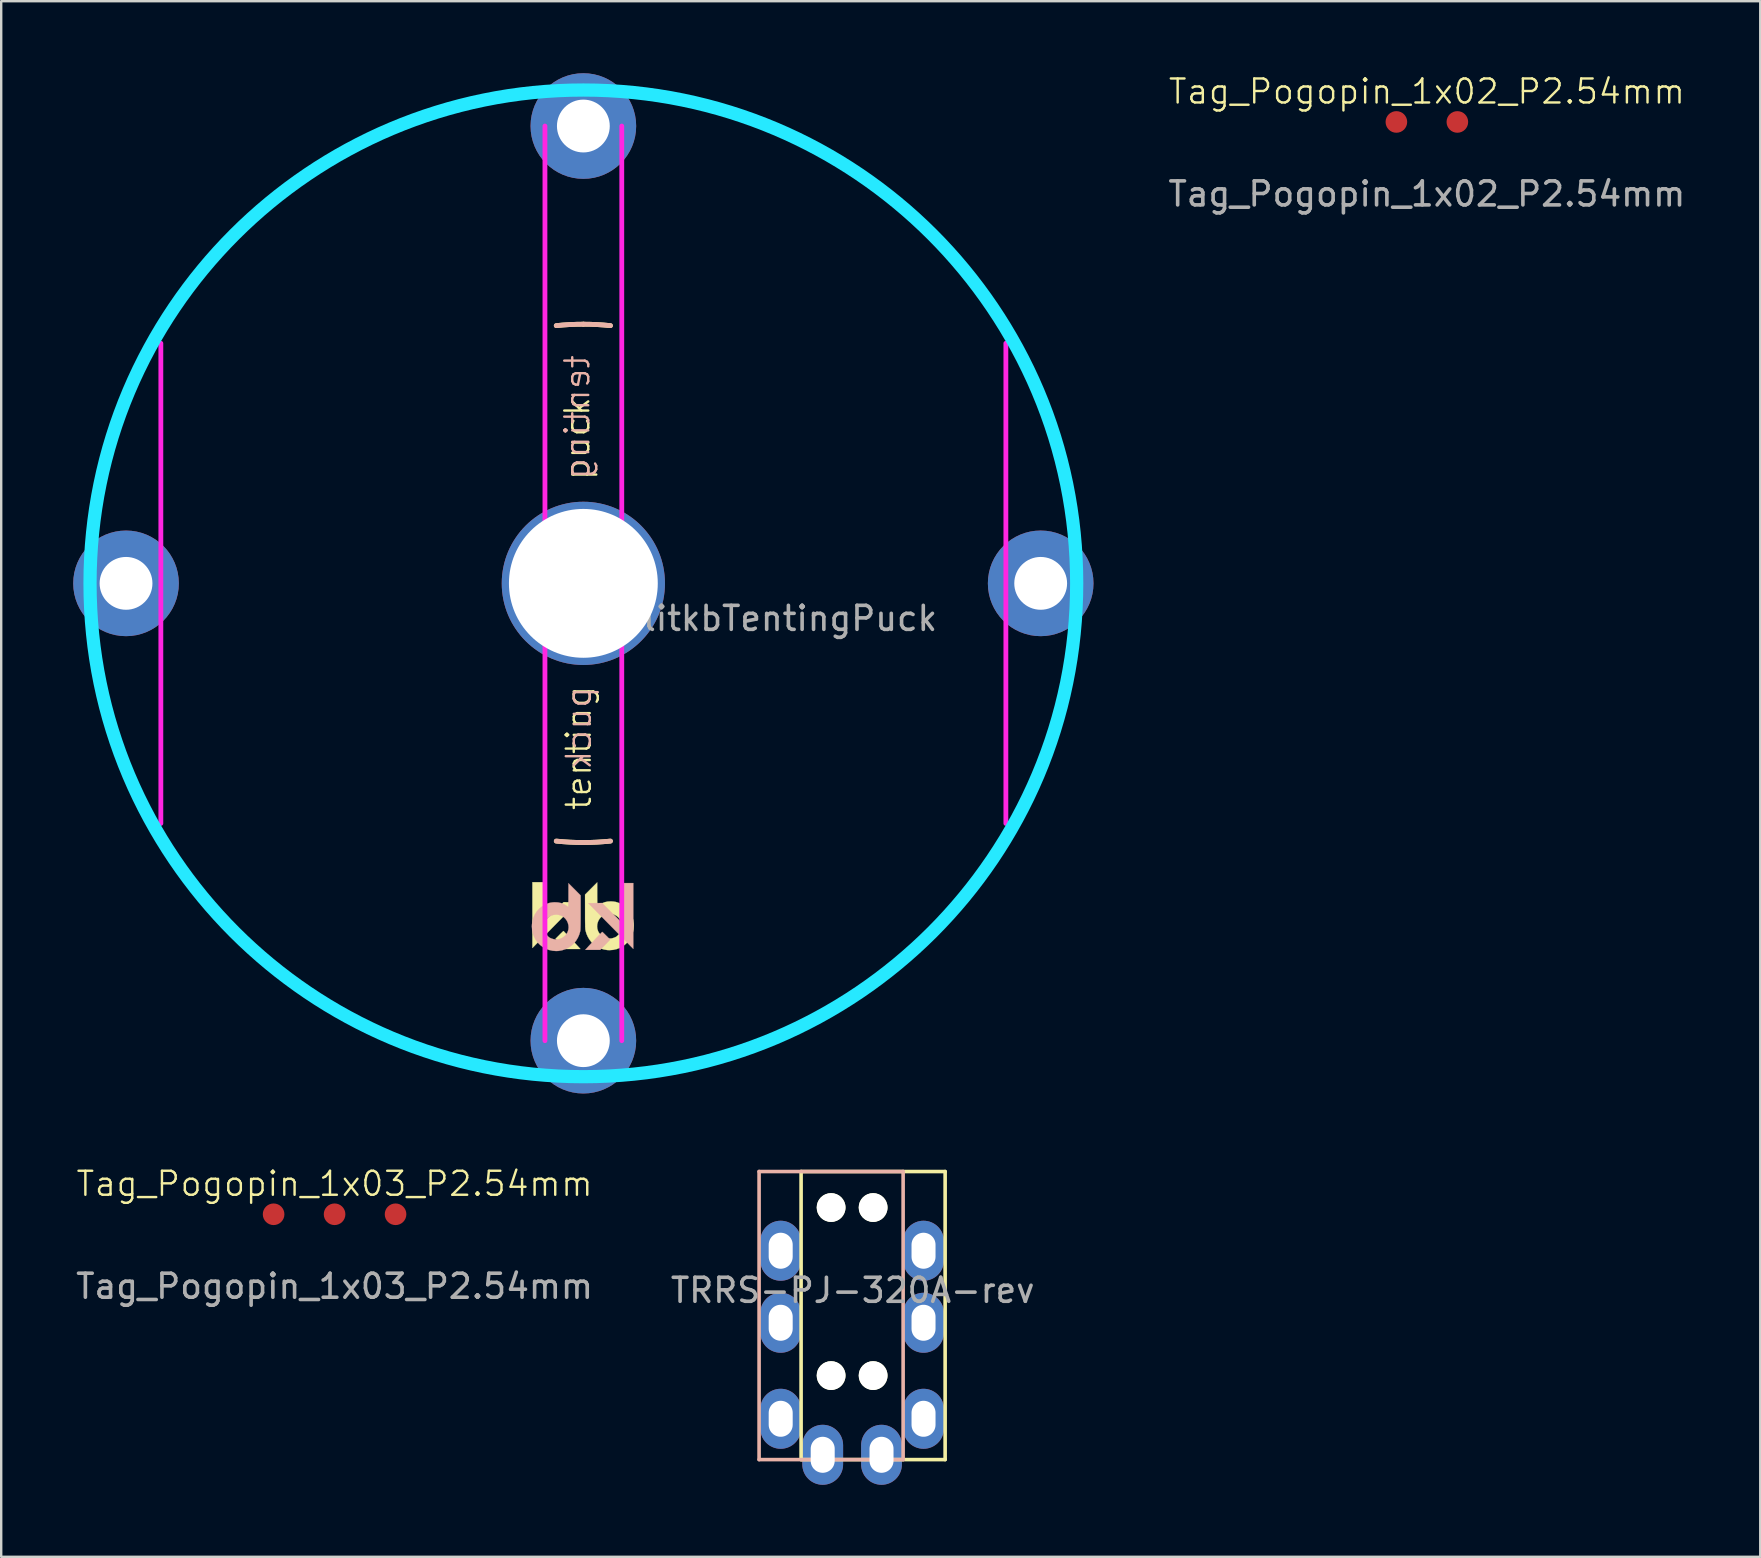
<source format=kicad_pcb>
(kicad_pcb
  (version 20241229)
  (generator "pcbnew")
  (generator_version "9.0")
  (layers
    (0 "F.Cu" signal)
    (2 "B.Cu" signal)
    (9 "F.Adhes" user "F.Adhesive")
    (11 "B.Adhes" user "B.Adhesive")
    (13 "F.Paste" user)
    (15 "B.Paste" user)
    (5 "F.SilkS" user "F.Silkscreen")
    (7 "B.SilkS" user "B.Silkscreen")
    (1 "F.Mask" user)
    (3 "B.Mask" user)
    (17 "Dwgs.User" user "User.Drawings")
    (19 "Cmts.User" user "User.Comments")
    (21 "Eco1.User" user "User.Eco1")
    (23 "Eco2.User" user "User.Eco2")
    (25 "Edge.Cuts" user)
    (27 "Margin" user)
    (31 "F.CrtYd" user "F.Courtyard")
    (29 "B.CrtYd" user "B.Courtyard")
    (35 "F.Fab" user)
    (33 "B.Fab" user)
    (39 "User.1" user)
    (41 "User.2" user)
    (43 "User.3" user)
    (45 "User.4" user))
  (footprint "Tag_Pogopin_1x03_P2.54mm"
    (layer "F.Cu")
    (at 10.887 47.531)
    (property "Reference" "Tag_Pogopin_1x03_P2.54mm" (at 0 -1.27 0) (unlocked yes) (layer "F.SilkS") (effects (font (size 1 1) (thickness 0.1))))
    (attr smd)
    (fp_text user "${REFERENCE}" (at 0 3 0) (unlocked yes) (layer "F.Fab") (effects (font (size 1 1) (thickness 0.15))))
    (pad "1" smd circle (at -2.54 0) (size 0.9 0.9) (layers "F.Cu" "F.Mask" "F.Paste"))
    (pad "2" smd circle (at 0 0) (size 0.9 0.9) (layers "F.Cu" "F.Mask" "F.Paste"))
    (pad "3" smd circle (at 2.54 0) (size 0.9 0.9) (layers "F.Cu" "F.Mask" "F.Paste")))
  (footprint "Tag_Pogopin_1x02_P2.54mm"
    (layer "F.Cu")
    (at 56.387 2.03)
    (property "Reference" "Tag_Pogopin_1x02_P2.54mm" (at 0 -1.27 0) (unlocked yes) (layer "F.SilkS") (effects (font (size 1 1) (thickness 0.1))))
    (attr smd)
    (fp_text user "${REFERENCE}" (at 0 3 0) (unlocked yes) (layer "F.Fab") (effects (font (size 1 1) (thickness 0.15))))
    (pad "1" smd circle (at -1.27 0) (size 0.9 0.9) (layers "F.Cu" "F.Mask" "F.Paste"))
    (pad "2" smd circle (at 1.27 0) (size 0.9 0.9) (layers "F.Cu" "F.Mask" "F.Paste")))
  (footprint "TRRS-PJ-320A-rev"
    (layer "F.Cu")
    (at 33.32 45.75)
    (property "Reference" "TRRS-PJ-320A-rev" (at -0.85 4.95 0) (layer "F.Fab") (effects (font (size 1 1) (thickness 0.15))))
    (attr through_hole)
    (fp_line (start -3 0) (end 3 0) (stroke (width 0.15) (type solid)) (layer "F.SilkS"))
    (fp_line (start -3 12) (end -3 0) (stroke (width 0.15) (type solid)) (layer "F.SilkS"))
    (fp_line (start 3 0) (end 3 12) (stroke (width 0.15) (type solid)) (layer "F.SilkS"))
    (fp_line (start 3 12) (end -3 12) (stroke (width 0.15) (type solid)) (layer "F.SilkS"))
    (fp_line (start -4.75 0) (end 1.25 0) (stroke (width 0.15) (type solid)) (layer "B.SilkS"))
    (fp_line (start -4.75 12) (end -4.75 0) (stroke (width 0.15) (type solid)) (layer "B.SilkS"))
    (fp_line (start 1.25 0) (end 1.25 12) (stroke (width 0.15) (type solid)) (layer "B.SilkS"))
    (fp_line (start 1.25 12) (end -4.75 12) (stroke (width 0.15) (type solid)) (layer "B.SilkS"))
    (pad "" np_thru_hole circle (at -1.75 1.5) (size 1.2 1.2) (drill 1.2) (layers "*.Cu" "*.Mask" "F.SilkS"))
    (pad "" np_thru_hole circle (at -1.75 8.5) (size 1.2 1.2) (drill 1.2) (layers "*.Cu" "*.Mask" "F.SilkS"))
    (pad "" np_thru_hole circle (at 0 1.5) (size 1.2 1.2) (drill 1.2) (layers "*.Cu" "*.Mask" "F.SilkS"))
    (pad "" np_thru_hole circle (at 0 8.5) (size 1.2 1.2) (drill 1.2) (layers "*.Cu" "*.Mask" "F.SilkS"))
    (pad "A" thru_hole oval (at -2.1 11.8) (size 1.7 2.5) (drill oval 1 1.5) (layers "*.Cu" "*.Mask"))
    (pad "A" thru_hole oval (at 0.35 11.8) (size 1.7 2.5) (drill oval 1 1.5) (layers "*.Cu" "*.Mask"))
    (pad "B" thru_hole oval (at -3.85 3.3) (size 1.7 2.5) (drill oval 1 1.5) (layers "*.Cu" "*.Mask"))
    (pad "B" thru_hole oval (at 2.1 3.3) (size 1.7 2.5) (drill oval 1 1.5) (layers "*.Cu" "*.Mask"))
    (pad "C" thru_hole oval (at -3.85 6.3) (size 1.7 2.5) (drill oval 1 1.5) (layers "*.Cu" "*.Mask"))
    (pad "C" thru_hole oval (at 2.1 6.3) (size 1.7 2.5) (drill oval 1 1.5) (layers "*.Cu" "*.Mask"))
    (pad "D" thru_hole oval (at -3.85 10.3) (size 1.7 2.5) (drill oval 1 1.5) (layers "*.Cu" "*.Mask"))
    (pad "D" thru_hole oval (at 2.1 10.3) (size 1.7 2.5) (drill oval 1 1.5) (layers "*.Cu" "*.Mask")))
  (footprint "SplitkbTentingPuck"
    (layer "F.Cu")
    (at 21.25 21.25)
    (property "Reference" "SplitkbTentingPuck" (at 7.684 1.46 0) (layer "F.Fab") (effects (font (size 1 1) (thickness 0.15))))
    (attr exclude_from_pos_files exclude_from_bom)
    (fp_arc (start -20.32 -2.8575) (mid -19.91151 -4.959786) (end -19.286134 -7.008048) (stroke (width 0.2) (type solid)) (layer "F.SilkS"))
    (fp_arc (start -19.286134 7.008047) (mid -19.91151 4.959786) (end -20.32 2.8575) (stroke (width 0.2) (type solid)) (layer "F.SilkS"))
    (fp_arc (start -7.008048 -19.286134) (mid -4.959786 -19.91151) (end -2.8575 -20.32) (stroke (width 0.2) (type solid)) (layer "F.SilkS"))
    (fp_arc (start -2.8575 20.32) (mid -4.959785 19.91151) (end -7.008046 19.286135) (stroke (width 0.2) (type solid)) (layer "F.SilkS"))
    (fp_arc (start -1.128385 -10.735864) (mid -0.564967 -10.780206) (end 0 -10.795) (stroke (width 0.2) (type solid)) (layer "F.SilkS"))
    (fp_arc (start 0 -10.795) (mid 0.564967 -10.780206) (end 1.128385 -10.735864) (stroke (width 0.2) (type solid)) (layer "F.SilkS"))
    (fp_arc (start 0 10.795) (mid -0.564967 10.780206) (end -1.128385 10.735864) (stroke (width 0.2) (type solid)) (layer "F.SilkS"))
    (fp_arc (start 1.128385 10.735864) (mid 0.564967 10.780206) (end 0 10.795) (stroke (width 0.2) (type solid)) (layer "F.SilkS"))
    (fp_arc (start 2.8575 -20.32) (mid 4.959786 -19.91151) (end 7.008047 -19.286134) (stroke (width 0.2) (type solid)) (layer "F.SilkS"))
    (fp_arc (start 7.008047 19.286134) (mid 4.959786 19.91151) (end 2.8575 20.32) (stroke (width 0.2) (type solid)) (layer "F.SilkS"))
    (fp_arc (start 19.286135 -7.008045) (mid 19.91151 -4.959785) (end 20.32 -2.8575) (stroke (width 0.2) (type solid)) (layer "F.SilkS"))
    (fp_arc (start 20.32 2.8575) (mid 19.91151 4.959785) (end 19.286135 7.008046) (stroke (width 0.2) (type solid)) (layer "F.SilkS"))
    (fp_poly (pts (xy -1.627 14.082) (xy -0.824 13.279) (xy -0.535 13.282) (xy -0.247 13.285) (xy -1.094 14.145) (xy -1.212 14.265) (xy -1.327 14.382) (xy -1.437 14.494) (xy -1.542 14.6) (xy -1.64 14.7) (xy -1.731 14.791) (xy -1.811 14.874) (xy -1.882 14.945) (xy -1.941 15.005) (xy -1.987 15.052) (xy -2.019 15.084) (xy -2.032 15.098) (xy -2.123 15.19) (xy -2.123 12.448) (xy -1.627 12.448) (xy -1.627 14.082)) (stroke (width 0.01) (type solid)) (fill yes) (layer "F.SilkS"))
    (fp_poly (pts (xy -0.82 14.488) (xy -0.797 14.511) (xy -0.763 14.547) (xy -0.719 14.593) (xy -0.666 14.647) (xy -0.609 14.708) (xy -0.547 14.773) (xy -0.483 14.841) (xy -0.42 14.908) (xy -0.359 14.973) (xy -0.302 15.034) (xy -0.251 15.089) (xy -0.208 15.135) (xy -0.175 15.171) (xy -0.154 15.194) (xy -0.152 15.197) (xy -0.124 15.231) (xy -0.744 15.231) (xy -0.917 15.055) (xy -0.971 15) (xy -1.021 14.948) (xy -1.065 14.903) (xy -1.099 14.868) (xy -1.121 14.844) (xy -1.124 14.841) (xy -1.158 14.803) (xy -0.997 14.642) (xy -0.948 14.592) (xy -0.903 14.549) (xy -0.867 14.514) (xy -0.842 14.491) (xy -0.829 14.48) (xy -0.829 14.48) (xy -0.82 14.488)) (stroke (width 0.01) (type solid)) (fill yes) (layer "F.SilkS"))
    (fp_poly (pts (xy 0.578 12.948) (xy 0.578 13.052) (xy 0.579 13.149) (xy 0.58 13.236) (xy 0.581 13.31) (xy 0.582 13.37) (xy 0.583 13.413) (xy 0.585 13.437) (xy 0.586 13.441) (xy 0.598 13.435) (xy 0.623 13.419) (xy 0.647 13.401) (xy 0.762 13.331) (xy 0.884 13.282) (xy 1.014 13.254) (xy 1.153 13.247) (xy 1.171 13.248) (xy 1.261 13.255) (xy 1.337 13.267) (xy 1.409 13.286) (xy 1.484 13.315) (xy 1.554 13.348) (xy 1.682 13.423) (xy 1.795 13.515) (xy 1.892 13.622) (xy 1.972 13.743) (xy 2.033 13.874) (xy 2.076 14.016) (xy 2.099 14.167) (xy 2.102 14.256) (xy 2.092 14.409) (xy 2.061 14.553) (xy 2.008 14.693) (xy 1.95 14.8) (xy 1.865 14.92) (xy 1.763 15.025) (xy 1.648 15.113) (xy 1.521 15.184) (xy 1.385 15.236) (xy 1.241 15.268) (xy 1.093 15.279) (xy 0.993 15.275) (xy 0.848 15.25) (xy 0.707 15.204) (xy 0.574 15.138) (xy 0.452 15.054) (xy 0.343 14.954) (xy 0.335 14.944) (xy 0.254 14.84) (xy 0.184 14.722) (xy 0.129 14.596) (xy 0.092 14.469) (xy 0.083 14.423) (xy 0.08 14.394) (xy 0.078 14.344) (xy 0.076 14.294) (xy 0.573 14.294) (xy 0.583 14.391) (xy 0.614 14.485) (xy 0.642 14.539) (xy 0.709 14.628) (xy 0.789 14.699) (xy 0.878 14.751) (xy 0.975 14.784) (xy 1.076 14.797) (xy 1.18 14.789) (xy 1.253 14.769) (xy 1.296 14.753) (xy 1.337 14.736) (xy 1.353 14.728) (xy 1.398 14.697) (xy 1.448 14.651) (xy 1.496 14.595) (xy 1.537 14.537) (xy 1.559 14.498) (xy 1.579 14.454) (xy 1.591 14.415) (xy 1.599 14.373) (xy 1.603 14.318) (xy 1.603 14.313) (xy 1.6 14.205) (xy 1.577 14.107) (xy 1.534 14.014) (xy 1.516 13.985) (xy 1.451 13.908) (xy 1.372 13.845) (xy 1.283 13.8) (xy 1.186 13.772) (xy 1.085 13.763) (xy 0.984 13.773) (xy 0.885 13.803) (xy 0.871 13.81) (xy 0.783 13.863) (xy 0.709 13.931) (xy 0.65 14.011) (xy 0.607 14.101) (xy 0.581 14.196) (xy 0.573 14.294) (xy 0.076 14.294) (xy 0.076 14.274) (xy 0.074 14.185) (xy 0.072 14.078) (xy 0.071 13.955) (xy 0.071 13.818) (xy 0.071 13.668) (xy 0.071 13.656) (xy 0.07 12.964) (xy 0.578 12.454) (xy 0.578 12.948)) (stroke (width 0.01) (type solid)) (fill yes) (layer "F.SilkS"))
    (fp_arc (start -20.32 -2.8575) (mid -19.91151 -4.959784) (end -19.286136 -7.008044) (stroke (width 0.2) (type solid)) (layer "B.SilkS"))
    (fp_arc (start -19.286135 7.008046) (mid -19.91151 4.959785) (end -20.32 2.8575) (stroke (width 0.2) (type solid)) (layer "B.SilkS"))
    (fp_arc (start -7.008046 -19.286135) (mid -4.959785 -19.91151) (end -2.8575 -20.32) (stroke (width 0.2) (type solid)) (layer "B.SilkS"))
    (fp_arc (start -2.8575 20.32) (mid -4.959785 19.91151) (end -7.008045 19.286135) (stroke (width 0.2) (type solid)) (layer "B.SilkS"))
    (fp_arc (start -1.128385 -10.735864) (mid -0.564967 -10.780206) (end 0 -10.795) (stroke (width 0.2) (type solid)) (layer "B.SilkS"))
    (fp_arc (start 0 -10.795) (mid 0.564967 -10.780206) (end 1.128385 -10.735864) (stroke (width 0.2) (type solid)) (layer "B.SilkS"))
    (fp_arc (start 0 10.795) (mid -0.564967 10.780206) (end -1.128385 10.735864) (stroke (width 0.2) (type solid)) (layer "B.SilkS"))
    (fp_arc (start 1.128385 10.735864) (mid 0.564967 10.780206) (end 0 10.795) (stroke (width 0.2) (type solid)) (layer "B.SilkS"))
    (fp_arc (start 2.8575 -20.32) (mid 4.959787 -19.91151) (end 7.008049 -19.286134) (stroke (width 0.2) (type solid)) (layer "B.SilkS"))
    (fp_arc (start 7.008045 19.286135) (mid 4.959785 19.91151) (end 2.8575 20.32) (stroke (width 0.2) (type solid)) (layer "B.SilkS"))
    (fp_arc (start 19.286134 -7.008048) (mid 19.91151 -4.959786) (end 20.32 -2.8575) (stroke (width 0.2) (type solid)) (layer "B.SilkS"))
    (fp_arc (start 20.32 2.8575) (mid 19.91151 4.959786) (end 19.286134 7.008048) (stroke (width 0.2) (type solid)) (layer "B.SilkS"))
    (fp_poly (pts (xy 1.584 14.118) (xy 0.782 13.315) (xy 0.493 13.318) (xy 0.205 13.322) (xy 1.052 14.182) (xy 1.17 14.301) (xy 1.285 14.418) (xy 1.395 14.53) (xy 1.5 14.637) (xy 1.598 14.736) (xy 1.688 14.828) (xy 1.769 14.91) (xy 1.84 14.981) (xy 1.899 15.041) (xy 1.944 15.088) (xy 1.976 15.12) (xy 1.99 15.134) (xy 2.081 15.226) (xy 2.081 12.484) (xy 1.584 12.484) (xy 1.584 14.118)) (stroke (width 0.01) (type solid)) (fill yes) (layer "B.SilkS"))
    (fp_poly (pts (xy 0.778 14.525) (xy 0.755 14.547) (xy 0.721 14.583) (xy 0.676 14.629) (xy 0.624 14.684) (xy 0.566 14.745) (xy 0.505 14.81) (xy 0.441 14.877) (xy 0.378 14.944) (xy 0.316 15.009) (xy 0.259 15.07) (xy 0.208 15.125) (xy 0.166 15.172) (xy 0.133 15.207) (xy 0.112 15.231) (xy 0.11 15.233) (xy 0.082 15.267) (xy 0.702 15.267) (xy 0.875 15.091) (xy 0.929 15.036) (xy 0.979 14.985) (xy 1.023 14.939) (xy 1.057 14.904) (xy 1.079 14.88) (xy 1.082 14.877) (xy 1.116 14.839) (xy 0.955 14.678) (xy 0.905 14.628) (xy 0.861 14.585) (xy 0.825 14.55) (xy 0.799 14.527) (xy 0.787 14.517) (xy 0.787 14.516) (xy 0.778 14.525)) (stroke (width 0.01) (type solid)) (fill yes) (layer "B.SilkS"))
    (fp_poly (pts (xy -0.621 12.984) (xy -0.621 13.088) (xy -0.621 13.185) (xy -0.622 13.272) (xy -0.623 13.346) (xy -0.624 13.406) (xy -0.625 13.45) (xy -0.627 13.473) (xy -0.628 13.477) (xy -0.64 13.471) (xy -0.665 13.455) (xy -0.689 13.438) (xy -0.804 13.367) (xy -0.926 13.318) (xy -1.057 13.29) (xy -1.196 13.284) (xy -1.214 13.284) (xy -1.303 13.291) (xy -1.38 13.303) (xy -1.451 13.322) (xy -1.526 13.351) (xy -1.596 13.384) (xy -1.724 13.459) (xy -1.837 13.551) (xy -1.934 13.658) (xy -2.014 13.779) (xy -2.076 13.911) (xy -2.118 14.053) (xy -2.141 14.203) (xy -2.145 14.293) (xy -2.134 14.445) (xy -2.103 14.59) (xy -2.05 14.729) (xy -1.993 14.836) (xy -1.907 14.956) (xy -1.805 15.061) (xy -1.69 15.149) (xy -1.563 15.22) (xy -1.427 15.272) (xy -1.283 15.304) (xy -1.135 15.316) (xy -1.035 15.311) (xy -0.89 15.286) (xy -0.75 15.24) (xy -0.616 15.174) (xy -0.494 15.09) (xy -0.386 14.99) (xy -0.377 14.981) (xy -0.296 14.876) (xy -0.226 14.758) (xy -0.171 14.632) (xy -0.134 14.505) (xy -0.125 14.459) (xy -0.122 14.43) (xy -0.12 14.38) (xy -0.118 14.33) (xy -0.615 14.33) (xy -0.625 14.428) (xy -0.656 14.522) (xy -0.684 14.576) (xy -0.751 14.664) (xy -0.831 14.735) (xy -0.92 14.787) (xy -1.017 14.82) (xy -1.119 14.833) (xy -1.222 14.825) (xy -1.295 14.805) (xy -1.338 14.789) (xy -1.379 14.772) (xy -1.395 14.764) (xy -1.441 14.733) (xy -1.49 14.687) (xy -1.538 14.632) (xy -1.579 14.573) (xy -1.601 14.534) (xy -1.621 14.49) (xy -1.634 14.452) (xy -1.641 14.409) (xy -1.645 14.354) (xy -1.646 14.349) (xy -1.642 14.241) (xy -1.619 14.144) (xy -1.576 14.05) (xy -1.558 14.022) (xy -1.493 13.944) (xy -1.415 13.882) (xy -1.325 13.836) (xy -1.228 13.808) (xy -1.127 13.799) (xy -1.026 13.809) (xy -0.927 13.84) (xy -0.913 13.846) (xy -0.825 13.899) (xy -0.751 13.967) (xy -0.692 14.047) (xy -0.649 14.137) (xy -0.623 14.232) (xy -0.615 14.33) (xy -0.118 14.33) (xy -0.118 14.31) (xy -0.116 14.221) (xy -0.115 14.114) (xy -0.114 13.991) (xy -0.113 13.854) (xy -0.113 13.704) (xy -0.113 13.692) (xy -0.113 13) (xy -0.62 12.49) (xy -0.621 12.984)) (stroke (width 0.01) (type solid)) (fill yes) (layer "B.SilkS"))
    (fp_circle (center 0 0) (end 20.55 0) (stroke (width 0.55) (type solid)) (fill no) (layer "B.CrtYd"))
    (fp_line (start -17.6 10) (end -17.6 -10) (stroke (width 0.2) (type solid)) (layer "F.CrtYd"))
    (fp_line (start -1.6 19.05) (end -1.6 -19.05) (stroke (width 0.2) (type solid)) (layer "F.CrtYd"))
    (fp_line (start 1.6 19.05) (end 1.6 -19.05) (stroke (width 0.2) (type solid)) (layer "F.CrtYd"))
    (fp_line (start 17.6 10) (end 17.6 -10) (stroke (width 0.2) (type solid)) (layer "F.CrtYd"))
    (fp_text user "puck" (at -0.254 -6.032 90) (layer "F.SilkS") (effects (font (size 1 1) (thickness 0.1))))
    (fp_text user "tenting" (at -0.191 6.858 90) (layer "F.SilkS") (effects (font (size 1 1) (thickness 0.1))))
    (fp_text user "puck" (at -0.191 6.032 90) (unlocked yes) (layer "B.SilkS") (effects (font (size 1 1) (thickness 0.1)) (justify mirror)))
    (fp_text user "tenting" (at -0.254 -6.921 90) (layer "B.SilkS") (effects (font (size 1 1) (thickness 0.1)) (justify mirror)))
    (pad "" thru_hole circle (at 0 0) (size 6.8 6.8) (drill 6.2) (layers "*.Cu" "*.Mask"))
    (pad "1" thru_hole circle (at -19.05 0) (size 4.4 4.4) (drill 2.2) (layers "*.Cu" "*.Mask"))
    (pad "1" thru_hole circle (at 0 -19.05) (size 4.4 4.4) (drill 2.2) (layers "*.Cu" "*.Mask"))
    (pad "1" thru_hole circle (at 0 19.05) (size 4.4 4.4) (drill 2.2) (layers "*.Cu" "*.Mask"))
    (pad "1" thru_hole circle (at 19.05 0) (size 4.4 4.4) (drill 2.2) (layers "*.Cu" "*.Mask")))
  (gr_rect
    (start -3 -3)
    (end 70.274 61.8)
    (stroke (width 0.1) (type default))
    (fill no)
    (layer "Edge.Cuts")))
</source>
